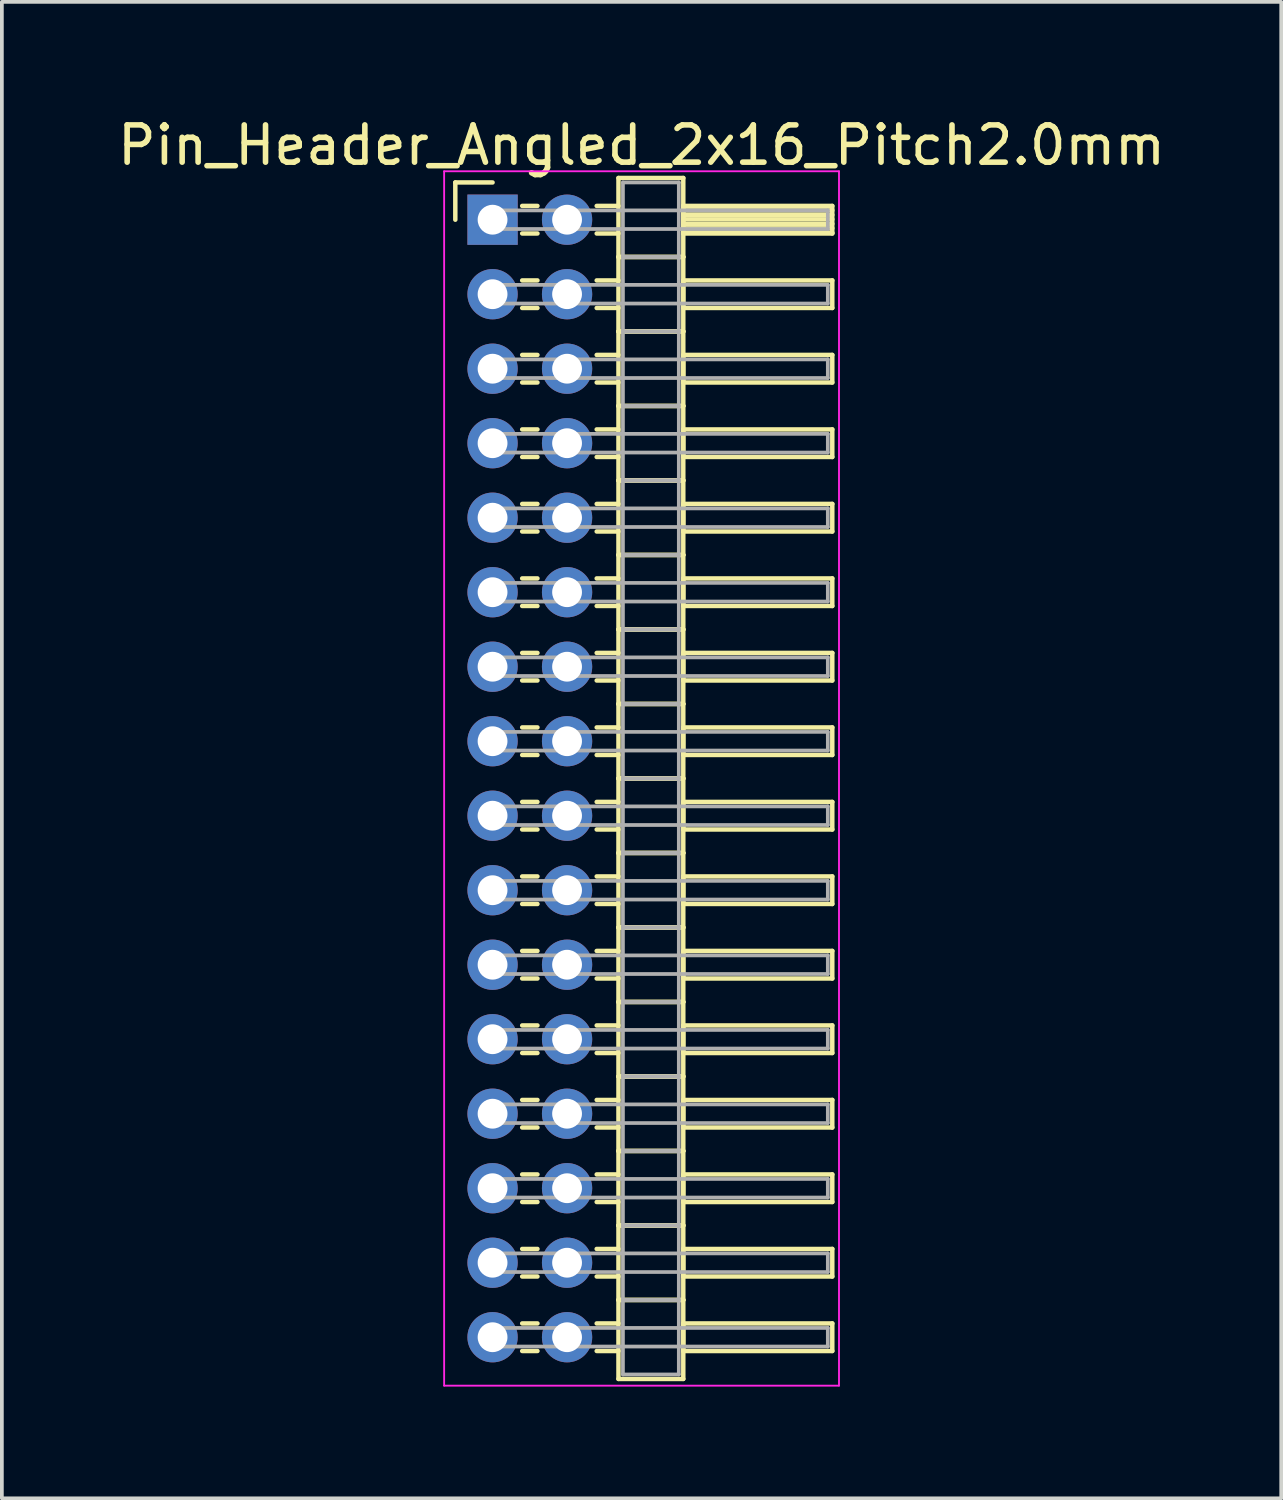
<source format=kicad_pcb>
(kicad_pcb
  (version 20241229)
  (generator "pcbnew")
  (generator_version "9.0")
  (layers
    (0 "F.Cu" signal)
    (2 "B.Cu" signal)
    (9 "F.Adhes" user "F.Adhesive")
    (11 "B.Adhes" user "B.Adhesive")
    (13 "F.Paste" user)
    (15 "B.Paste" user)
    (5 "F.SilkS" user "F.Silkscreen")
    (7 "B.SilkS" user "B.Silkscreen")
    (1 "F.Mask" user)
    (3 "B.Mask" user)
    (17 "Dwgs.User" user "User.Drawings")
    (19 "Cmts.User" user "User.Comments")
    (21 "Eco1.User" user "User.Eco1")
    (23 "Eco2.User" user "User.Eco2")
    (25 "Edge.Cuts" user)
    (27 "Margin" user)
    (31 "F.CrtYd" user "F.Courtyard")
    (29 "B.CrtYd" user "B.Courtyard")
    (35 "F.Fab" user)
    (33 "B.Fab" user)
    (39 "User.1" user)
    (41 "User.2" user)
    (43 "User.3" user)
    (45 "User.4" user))
  (footprint "Pin_Header_Angled_2x16_Pitch2.0mm"
    (layer "F.Cu")
    (at 10.173 2.848)
    (property "Reference" "Pin_Header_Angled_2x16_Pitch2.0mm" (at 4 -2 0) (layer "F.SilkS") (effects (font (size 1 1) (thickness 0.15))))
    (attr through_hole)
    (fp_line (start -1 -1) (end 0 -1) (stroke (width 0.12) (type solid)) (layer "F.SilkS"))
    (fp_line (start -1 0) (end -1 -1) (stroke (width 0.12) (type solid)) (layer "F.SilkS"))
    (fp_line (start 0.795 -0.37) (end 1.205 -0.37) (stroke (width 0.12) (type solid)) (layer "F.SilkS"))
    (fp_line (start 0.795 0.37) (end 1.205 0.37) (stroke (width 0.12) (type solid)) (layer "F.SilkS"))
    (fp_line (start 0.795 1.63) (end 1.205 1.63) (stroke (width 0.12) (type solid)) (layer "F.SilkS"))
    (fp_line (start 0.795 2.37) (end 1.205 2.37) (stroke (width 0.12) (type solid)) (layer "F.SilkS"))
    (fp_line (start 0.795 3.63) (end 1.205 3.63) (stroke (width 0.12) (type solid)) (layer "F.SilkS"))
    (fp_line (start 0.795 4.37) (end 1.205 4.37) (stroke (width 0.12) (type solid)) (layer "F.SilkS"))
    (fp_line (start 0.795 5.63) (end 1.205 5.63) (stroke (width 0.12) (type solid)) (layer "F.SilkS"))
    (fp_line (start 0.795 6.37) (end 1.205 6.37) (stroke (width 0.12) (type solid)) (layer "F.SilkS"))
    (fp_line (start 0.795 7.63) (end 1.205 7.63) (stroke (width 0.12) (type solid)) (layer "F.SilkS"))
    (fp_line (start 0.795 8.37) (end 1.205 8.37) (stroke (width 0.12) (type solid)) (layer "F.SilkS"))
    (fp_line (start 0.795 9.63) (end 1.205 9.63) (stroke (width 0.12) (type solid)) (layer "F.SilkS"))
    (fp_line (start 0.795 10.37) (end 1.205 10.37) (stroke (width 0.12) (type solid)) (layer "F.SilkS"))
    (fp_line (start 0.795 11.63) (end 1.205 11.63) (stroke (width 0.12) (type solid)) (layer "F.SilkS"))
    (fp_line (start 0.795 12.37) (end 1.205 12.37) (stroke (width 0.12) (type solid)) (layer "F.SilkS"))
    (fp_line (start 0.795 13.63) (end 1.205 13.63) (stroke (width 0.12) (type solid)) (layer "F.SilkS"))
    (fp_line (start 0.795 14.37) (end 1.205 14.37) (stroke (width 0.12) (type solid)) (layer "F.SilkS"))
    (fp_line (start 0.795 15.63) (end 1.205 15.63) (stroke (width 0.12) (type solid)) (layer "F.SilkS"))
    (fp_line (start 0.795 16.37) (end 1.205 16.37) (stroke (width 0.12) (type solid)) (layer "F.SilkS"))
    (fp_line (start 0.795 17.63) (end 1.205 17.63) (stroke (width 0.12) (type solid)) (layer "F.SilkS"))
    (fp_line (start 0.795 18.37) (end 1.205 18.37) (stroke (width 0.12) (type solid)) (layer "F.SilkS"))
    (fp_line (start 0.795 19.63) (end 1.205 19.63) (stroke (width 0.12) (type solid)) (layer "F.SilkS"))
    (fp_line (start 0.795 20.37) (end 1.205 20.37) (stroke (width 0.12) (type solid)) (layer "F.SilkS"))
    (fp_line (start 0.795 21.63) (end 1.205 21.63) (stroke (width 0.12) (type solid)) (layer "F.SilkS"))
    (fp_line (start 0.795 22.37) (end 1.205 22.37) (stroke (width 0.12) (type solid)) (layer "F.SilkS"))
    (fp_line (start 0.795 23.63) (end 1.205 23.63) (stroke (width 0.12) (type solid)) (layer "F.SilkS"))
    (fp_line (start 0.795 24.37) (end 1.205 24.37) (stroke (width 0.12) (type solid)) (layer "F.SilkS"))
    (fp_line (start 0.795 25.63) (end 1.205 25.63) (stroke (width 0.12) (type solid)) (layer "F.SilkS"))
    (fp_line (start 0.795 26.37) (end 1.205 26.37) (stroke (width 0.12) (type solid)) (layer "F.SilkS"))
    (fp_line (start 0.795 27.63) (end 1.205 27.63) (stroke (width 0.12) (type solid)) (layer "F.SilkS"))
    (fp_line (start 0.795 28.37) (end 1.205 28.37) (stroke (width 0.12) (type solid)) (layer "F.SilkS"))
    (fp_line (start 0.795 29.63) (end 1.205 29.63) (stroke (width 0.12) (type solid)) (layer "F.SilkS"))
    (fp_line (start 0.795 30.37) (end 1.205 30.37) (stroke (width 0.12) (type solid)) (layer "F.SilkS"))
    (fp_line (start 2.795 -0.37) (end 3.38 -0.37) (stroke (width 0.12) (type solid)) (layer "F.SilkS"))
    (fp_line (start 2.795 0.37) (end 3.38 0.37) (stroke (width 0.12) (type solid)) (layer "F.SilkS"))
    (fp_line (start 2.795 1.63) (end 3.38 1.63) (stroke (width 0.12) (type solid)) (layer "F.SilkS"))
    (fp_line (start 2.795 2.37) (end 3.38 2.37) (stroke (width 0.12) (type solid)) (layer "F.SilkS"))
    (fp_line (start 2.795 3.63) (end 3.38 3.63) (stroke (width 0.12) (type solid)) (layer "F.SilkS"))
    (fp_line (start 2.795 4.37) (end 3.38 4.37) (stroke (width 0.12) (type solid)) (layer "F.SilkS"))
    (fp_line (start 2.795 5.63) (end 3.38 5.63) (stroke (width 0.12) (type solid)) (layer "F.SilkS"))
    (fp_line (start 2.795 6.37) (end 3.38 6.37) (stroke (width 0.12) (type solid)) (layer "F.SilkS"))
    (fp_line (start 2.795 7.63) (end 3.38 7.63) (stroke (width 0.12) (type solid)) (layer "F.SilkS"))
    (fp_line (start 2.795 8.37) (end 3.38 8.37) (stroke (width 0.12) (type solid)) (layer "F.SilkS"))
    (fp_line (start 2.795 9.63) (end 3.38 9.63) (stroke (width 0.12) (type solid)) (layer "F.SilkS"))
    (fp_line (start 2.795 10.37) (end 3.38 10.37) (stroke (width 0.12) (type solid)) (layer "F.SilkS"))
    (fp_line (start 2.795 11.63) (end 3.38 11.63) (stroke (width 0.12) (type solid)) (layer "F.SilkS"))
    (fp_line (start 2.795 12.37) (end 3.38 12.37) (stroke (width 0.12) (type solid)) (layer "F.SilkS"))
    (fp_line (start 2.795 13.63) (end 3.38 13.63) (stroke (width 0.12) (type solid)) (layer "F.SilkS"))
    (fp_line (start 2.795 14.37) (end 3.38 14.37) (stroke (width 0.12) (type solid)) (layer "F.SilkS"))
    (fp_line (start 2.795 15.63) (end 3.38 15.63) (stroke (width 0.12) (type solid)) (layer "F.SilkS"))
    (fp_line (start 2.795 16.37) (end 3.38 16.37) (stroke (width 0.12) (type solid)) (layer "F.SilkS"))
    (fp_line (start 2.795 17.63) (end 3.38 17.63) (stroke (width 0.12) (type solid)) (layer "F.SilkS"))
    (fp_line (start 2.795 18.37) (end 3.38 18.37) (stroke (width 0.12) (type solid)) (layer "F.SilkS"))
    (fp_line (start 2.795 19.63) (end 3.38 19.63) (stroke (width 0.12) (type solid)) (layer "F.SilkS"))
    (fp_line (start 2.795 20.37) (end 3.38 20.37) (stroke (width 0.12) (type solid)) (layer "F.SilkS"))
    (fp_line (start 2.795 21.63) (end 3.38 21.63) (stroke (width 0.12) (type solid)) (layer "F.SilkS"))
    (fp_line (start 2.795 22.37) (end 3.38 22.37) (stroke (width 0.12) (type solid)) (layer "F.SilkS"))
    (fp_line (start 2.795 23.63) (end 3.38 23.63) (stroke (width 0.12) (type solid)) (layer "F.SilkS"))
    (fp_line (start 2.795 24.37) (end 3.38 24.37) (stroke (width 0.12) (type solid)) (layer "F.SilkS"))
    (fp_line (start 2.795 25.63) (end 3.38 25.63) (stroke (width 0.12) (type solid)) (layer "F.SilkS"))
    (fp_line (start 2.795 26.37) (end 3.38 26.37) (stroke (width 0.12) (type solid)) (layer "F.SilkS"))
    (fp_line (start 2.795 27.63) (end 3.38 27.63) (stroke (width 0.12) (type solid)) (layer "F.SilkS"))
    (fp_line (start 2.795 28.37) (end 3.38 28.37) (stroke (width 0.12) (type solid)) (layer "F.SilkS"))
    (fp_line (start 2.795 29.63) (end 3.38 29.63) (stroke (width 0.12) (type solid)) (layer "F.SilkS"))
    (fp_line (start 2.795 30.37) (end 3.38 30.37) (stroke (width 0.12) (type solid)) (layer "F.SilkS"))
    (fp_line (start 3.38 -1.12) (end 3.38 1) (stroke (width 0.12) (type solid)) (layer "F.SilkS"))
    (fp_line (start 3.38 1) (end 3.38 3) (stroke (width 0.12) (type solid)) (layer "F.SilkS"))
    (fp_line (start 3.38 1) (end 5.12 1) (stroke (width 0.12) (type solid)) (layer "F.SilkS"))
    (fp_line (start 3.38 3) (end 3.38 5) (stroke (width 0.12) (type solid)) (layer "F.SilkS"))
    (fp_line (start 3.38 3) (end 5.12 3) (stroke (width 0.12) (type solid)) (layer "F.SilkS"))
    (fp_line (start 3.38 5) (end 3.38 7) (stroke (width 0.12) (type solid)) (layer "F.SilkS"))
    (fp_line (start 3.38 5) (end 5.12 5) (stroke (width 0.12) (type solid)) (layer "F.SilkS"))
    (fp_line (start 3.38 7) (end 3.38 9) (stroke (width 0.12) (type solid)) (layer "F.SilkS"))
    (fp_line (start 3.38 7) (end 5.12 7) (stroke (width 0.12) (type solid)) (layer "F.SilkS"))
    (fp_line (start 3.38 9) (end 3.38 11) (stroke (width 0.12) (type solid)) (layer "F.SilkS"))
    (fp_line (start 3.38 9) (end 5.12 9) (stroke (width 0.12) (type solid)) (layer "F.SilkS"))
    (fp_line (start 3.38 11) (end 3.38 13) (stroke (width 0.12) (type solid)) (layer "F.SilkS"))
    (fp_line (start 3.38 11) (end 5.12 11) (stroke (width 0.12) (type solid)) (layer "F.SilkS"))
    (fp_line (start 3.38 13) (end 3.38 15) (stroke (width 0.12) (type solid)) (layer "F.SilkS"))
    (fp_line (start 3.38 13) (end 5.12 13) (stroke (width 0.12) (type solid)) (layer "F.SilkS"))
    (fp_line (start 3.38 15) (end 3.38 17) (stroke (width 0.12) (type solid)) (layer "F.SilkS"))
    (fp_line (start 3.38 15) (end 5.12 15) (stroke (width 0.12) (type solid)) (layer "F.SilkS"))
    (fp_line (start 3.38 17) (end 3.38 19) (stroke (width 0.12) (type solid)) (layer "F.SilkS"))
    (fp_line (start 3.38 17) (end 5.12 17) (stroke (width 0.12) (type solid)) (layer "F.SilkS"))
    (fp_line (start 3.38 19) (end 3.38 21) (stroke (width 0.12) (type solid)) (layer "F.SilkS"))
    (fp_line (start 3.38 19) (end 5.12 19) (stroke (width 0.12) (type solid)) (layer "F.SilkS"))
    (fp_line (start 3.38 21) (end 3.38 23) (stroke (width 0.12) (type solid)) (layer "F.SilkS"))
    (fp_line (start 3.38 21) (end 5.12 21) (stroke (width 0.12) (type solid)) (layer "F.SilkS"))
    (fp_line (start 3.38 23) (end 3.38 25) (stroke (width 0.12) (type solid)) (layer "F.SilkS"))
    (fp_line (start 3.38 23) (end 5.12 23) (stroke (width 0.12) (type solid)) (layer "F.SilkS"))
    (fp_line (start 3.38 25) (end 3.38 27) (stroke (width 0.12) (type solid)) (layer "F.SilkS"))
    (fp_line (start 3.38 25) (end 5.12 25) (stroke (width 0.12) (type solid)) (layer "F.SilkS"))
    (fp_line (start 3.38 27) (end 3.38 29) (stroke (width 0.12) (type solid)) (layer "F.SilkS"))
    (fp_line (start 3.38 27) (end 5.12 27) (stroke (width 0.12) (type solid)) (layer "F.SilkS"))
    (fp_line (start 3.38 29) (end 3.38 31.12) (stroke (width 0.12) (type solid)) (layer "F.SilkS"))
    (fp_line (start 3.38 29) (end 5.12 29) (stroke (width 0.12) (type solid)) (layer "F.SilkS"))
    (fp_line (start 3.38 31.12) (end 5.12 31.12) (stroke (width 0.12) (type solid)) (layer "F.SilkS"))
    (fp_line (start 5.12 -1.12) (end 3.38 -1.12) (stroke (width 0.12) (type solid)) (layer "F.SilkS"))
    (fp_line (start 5.12 -0.37) (end 5.12 0.37) (stroke (width 0.12) (type solid)) (layer "F.SilkS"))
    (fp_line (start 5.12 -0.25) (end 9.12 -0.25) (stroke (width 0.12) (type solid)) (layer "F.SilkS"))
    (fp_line (start 5.12 -0.13) (end 9.12 -0.13) (stroke (width 0.12) (type solid)) (layer "F.SilkS"))
    (fp_line (start 5.12 -0.01) (end 9.12 -0.01) (stroke (width 0.12) (type solid)) (layer "F.SilkS"))
    (fp_line (start 5.12 0.11) (end 9.12 0.11) (stroke (width 0.12) (type solid)) (layer "F.SilkS"))
    (fp_line (start 5.12 0.23) (end 9.12 0.23) (stroke (width 0.12) (type solid)) (layer "F.SilkS"))
    (fp_line (start 5.12 0.35) (end 9.12 0.35) (stroke (width 0.12) (type solid)) (layer "F.SilkS"))
    (fp_line (start 5.12 0.37) (end 9.12 0.37) (stroke (width 0.12) (type solid)) (layer "F.SilkS"))
    (fp_line (start 5.12 1) (end 3.38 1) (stroke (width 0.12) (type solid)) (layer "F.SilkS"))
    (fp_line (start 5.12 1) (end 5.12 -1.12) (stroke (width 0.12) (type solid)) (layer "F.SilkS"))
    (fp_line (start 5.12 1.63) (end 5.12 2.37) (stroke (width 0.12) (type solid)) (layer "F.SilkS"))
    (fp_line (start 5.12 2.37) (end 9.12 2.37) (stroke (width 0.12) (type solid)) (layer "F.SilkS"))
    (fp_line (start 5.12 3) (end 3.38 3) (stroke (width 0.12) (type solid)) (layer "F.SilkS"))
    (fp_line (start 5.12 3) (end 5.12 1) (stroke (width 0.12) (type solid)) (layer "F.SilkS"))
    (fp_line (start 5.12 3.63) (end 5.12 4.37) (stroke (width 0.12) (type solid)) (layer "F.SilkS"))
    (fp_line (start 5.12 4.37) (end 9.12 4.37) (stroke (width 0.12) (type solid)) (layer "F.SilkS"))
    (fp_line (start 5.12 5) (end 3.38 5) (stroke (width 0.12) (type solid)) (layer "F.SilkS"))
    (fp_line (start 5.12 5) (end 5.12 3) (stroke (width 0.12) (type solid)) (layer "F.SilkS"))
    (fp_line (start 5.12 5.63) (end 5.12 6.37) (stroke (width 0.12) (type solid)) (layer "F.SilkS"))
    (fp_line (start 5.12 6.37) (end 9.12 6.37) (stroke (width 0.12) (type solid)) (layer "F.SilkS"))
    (fp_line (start 5.12 7) (end 3.38 7) (stroke (width 0.12) (type solid)) (layer "F.SilkS"))
    (fp_line (start 5.12 7) (end 5.12 5) (stroke (width 0.12) (type solid)) (layer "F.SilkS"))
    (fp_line (start 5.12 7.63) (end 5.12 8.37) (stroke (width 0.12) (type solid)) (layer "F.SilkS"))
    (fp_line (start 5.12 8.37) (end 9.12 8.37) (stroke (width 0.12) (type solid)) (layer "F.SilkS"))
    (fp_line (start 5.12 9) (end 3.38 9) (stroke (width 0.12) (type solid)) (layer "F.SilkS"))
    (fp_line (start 5.12 9) (end 5.12 7) (stroke (width 0.12) (type solid)) (layer "F.SilkS"))
    (fp_line (start 5.12 9.63) (end 5.12 10.37) (stroke (width 0.12) (type solid)) (layer "F.SilkS"))
    (fp_line (start 5.12 10.37) (end 9.12 10.37) (stroke (width 0.12) (type solid)) (layer "F.SilkS"))
    (fp_line (start 5.12 11) (end 3.38 11) (stroke (width 0.12) (type solid)) (layer "F.SilkS"))
    (fp_line (start 5.12 11) (end 5.12 9) (stroke (width 0.12) (type solid)) (layer "F.SilkS"))
    (fp_line (start 5.12 11.63) (end 5.12 12.37) (stroke (width 0.12) (type solid)) (layer "F.SilkS"))
    (fp_line (start 5.12 12.37) (end 9.12 12.37) (stroke (width 0.12) (type solid)) (layer "F.SilkS"))
    (fp_line (start 5.12 13) (end 3.38 13) (stroke (width 0.12) (type solid)) (layer "F.SilkS"))
    (fp_line (start 5.12 13) (end 5.12 11) (stroke (width 0.12) (type solid)) (layer "F.SilkS"))
    (fp_line (start 5.12 13.63) (end 5.12 14.37) (stroke (width 0.12) (type solid)) (layer "F.SilkS"))
    (fp_line (start 5.12 14.37) (end 9.12 14.37) (stroke (width 0.12) (type solid)) (layer "F.SilkS"))
    (fp_line (start 5.12 15) (end 3.38 15) (stroke (width 0.12) (type solid)) (layer "F.SilkS"))
    (fp_line (start 5.12 15) (end 5.12 13) (stroke (width 0.12) (type solid)) (layer "F.SilkS"))
    (fp_line (start 5.12 15.63) (end 5.12 16.37) (stroke (width 0.12) (type solid)) (layer "F.SilkS"))
    (fp_line (start 5.12 16.37) (end 9.12 16.37) (stroke (width 0.12) (type solid)) (layer "F.SilkS"))
    (fp_line (start 5.12 17) (end 3.38 17) (stroke (width 0.12) (type solid)) (layer "F.SilkS"))
    (fp_line (start 5.12 17) (end 5.12 15) (stroke (width 0.12) (type solid)) (layer "F.SilkS"))
    (fp_line (start 5.12 17.63) (end 5.12 18.37) (stroke (width 0.12) (type solid)) (layer "F.SilkS"))
    (fp_line (start 5.12 18.37) (end 9.12 18.37) (stroke (width 0.12) (type solid)) (layer "F.SilkS"))
    (fp_line (start 5.12 19) (end 3.38 19) (stroke (width 0.12) (type solid)) (layer "F.SilkS"))
    (fp_line (start 5.12 19) (end 5.12 17) (stroke (width 0.12) (type solid)) (layer "F.SilkS"))
    (fp_line (start 5.12 19.63) (end 5.12 20.37) (stroke (width 0.12) (type solid)) (layer "F.SilkS"))
    (fp_line (start 5.12 20.37) (end 9.12 20.37) (stroke (width 0.12) (type solid)) (layer "F.SilkS"))
    (fp_line (start 5.12 21) (end 3.38 21) (stroke (width 0.12) (type solid)) (layer "F.SilkS"))
    (fp_line (start 5.12 21) (end 5.12 19) (stroke (width 0.12) (type solid)) (layer "F.SilkS"))
    (fp_line (start 5.12 21.63) (end 5.12 22.37) (stroke (width 0.12) (type solid)) (layer "F.SilkS"))
    (fp_line (start 5.12 22.37) (end 9.12 22.37) (stroke (width 0.12) (type solid)) (layer "F.SilkS"))
    (fp_line (start 5.12 23) (end 3.38 23) (stroke (width 0.12) (type solid)) (layer "F.SilkS"))
    (fp_line (start 5.12 23) (end 5.12 21) (stroke (width 0.12) (type solid)) (layer "F.SilkS"))
    (fp_line (start 5.12 23.63) (end 5.12 24.37) (stroke (width 0.12) (type solid)) (layer "F.SilkS"))
    (fp_line (start 5.12 24.37) (end 9.12 24.37) (stroke (width 0.12) (type solid)) (layer "F.SilkS"))
    (fp_line (start 5.12 25) (end 3.38 25) (stroke (width 0.12) (type solid)) (layer "F.SilkS"))
    (fp_line (start 5.12 25) (end 5.12 23) (stroke (width 0.12) (type solid)) (layer "F.SilkS"))
    (fp_line (start 5.12 25.63) (end 5.12 26.37) (stroke (width 0.12) (type solid)) (layer "F.SilkS"))
    (fp_line (start 5.12 26.37) (end 9.12 26.37) (stroke (width 0.12) (type solid)) (layer "F.SilkS"))
    (fp_line (start 5.12 27) (end 3.38 27) (stroke (width 0.12) (type solid)) (layer "F.SilkS"))
    (fp_line (start 5.12 27) (end 5.12 25) (stroke (width 0.12) (type solid)) (layer "F.SilkS"))
    (fp_line (start 5.12 27.63) (end 5.12 28.37) (stroke (width 0.12) (type solid)) (layer "F.SilkS"))
    (fp_line (start 5.12 28.37) (end 9.12 28.37) (stroke (width 0.12) (type solid)) (layer "F.SilkS"))
    (fp_line (start 5.12 29) (end 3.38 29) (stroke (width 0.12) (type solid)) (layer "F.SilkS"))
    (fp_line (start 5.12 29) (end 5.12 27) (stroke (width 0.12) (type solid)) (layer "F.SilkS"))
    (fp_line (start 5.12 29.63) (end 5.12 30.37) (stroke (width 0.12) (type solid)) (layer "F.SilkS"))
    (fp_line (start 5.12 30.37) (end 9.12 30.37) (stroke (width 0.12) (type solid)) (layer "F.SilkS"))
    (fp_line (start 5.12 31.12) (end 5.12 29) (stroke (width 0.12) (type solid)) (layer "F.SilkS"))
    (fp_line (start 9.12 -0.37) (end 5.12 -0.37) (stroke (width 0.12) (type solid)) (layer "F.SilkS"))
    (fp_line (start 9.12 0.37) (end 9.12 -0.37) (stroke (width 0.12) (type solid)) (layer "F.SilkS"))
    (fp_line (start 9.12 1.63) (end 5.12 1.63) (stroke (width 0.12) (type solid)) (layer "F.SilkS"))
    (fp_line (start 9.12 2.37) (end 9.12 1.63) (stroke (width 0.12) (type solid)) (layer "F.SilkS"))
    (fp_line (start 9.12 3.63) (end 5.12 3.63) (stroke (width 0.12) (type solid)) (layer "F.SilkS"))
    (fp_line (start 9.12 4.37) (end 9.12 3.63) (stroke (width 0.12) (type solid)) (layer "F.SilkS"))
    (fp_line (start 9.12 5.63) (end 5.12 5.63) (stroke (width 0.12) (type solid)) (layer "F.SilkS"))
    (fp_line (start 9.12 6.37) (end 9.12 5.63) (stroke (width 0.12) (type solid)) (layer "F.SilkS"))
    (fp_line (start 9.12 7.63) (end 5.12 7.63) (stroke (width 0.12) (type solid)) (layer "F.SilkS"))
    (fp_line (start 9.12 8.37) (end 9.12 7.63) (stroke (width 0.12) (type solid)) (layer "F.SilkS"))
    (fp_line (start 9.12 9.63) (end 5.12 9.63) (stroke (width 0.12) (type solid)) (layer "F.SilkS"))
    (fp_line (start 9.12 10.37) (end 9.12 9.63) (stroke (width 0.12) (type solid)) (layer "F.SilkS"))
    (fp_line (start 9.12 11.63) (end 5.12 11.63) (stroke (width 0.12) (type solid)) (layer "F.SilkS"))
    (fp_line (start 9.12 12.37) (end 9.12 11.63) (stroke (width 0.12) (type solid)) (layer "F.SilkS"))
    (fp_line (start 9.12 13.63) (end 5.12 13.63) (stroke (width 0.12) (type solid)) (layer "F.SilkS"))
    (fp_line (start 9.12 14.37) (end 9.12 13.63) (stroke (width 0.12) (type solid)) (layer "F.SilkS"))
    (fp_line (start 9.12 15.63) (end 5.12 15.63) (stroke (width 0.12) (type solid)) (layer "F.SilkS"))
    (fp_line (start 9.12 16.37) (end 9.12 15.63) (stroke (width 0.12) (type solid)) (layer "F.SilkS"))
    (fp_line (start 9.12 17.63) (end 5.12 17.63) (stroke (width 0.12) (type solid)) (layer "F.SilkS"))
    (fp_line (start 9.12 18.37) (end 9.12 17.63) (stroke (width 0.12) (type solid)) (layer "F.SilkS"))
    (fp_line (start 9.12 19.63) (end 5.12 19.63) (stroke (width 0.12) (type solid)) (layer "F.SilkS"))
    (fp_line (start 9.12 20.37) (end 9.12 19.63) (stroke (width 0.12) (type solid)) (layer "F.SilkS"))
    (fp_line (start 9.12 21.63) (end 5.12 21.63) (stroke (width 0.12) (type solid)) (layer "F.SilkS"))
    (fp_line (start 9.12 22.37) (end 9.12 21.63) (stroke (width 0.12) (type solid)) (layer "F.SilkS"))
    (fp_line (start 9.12 23.63) (end 5.12 23.63) (stroke (width 0.12) (type solid)) (layer "F.SilkS"))
    (fp_line (start 9.12 24.37) (end 9.12 23.63) (stroke (width 0.12) (type solid)) (layer "F.SilkS"))
    (fp_line (start 9.12 25.63) (end 5.12 25.63) (stroke (width 0.12) (type solid)) (layer "F.SilkS"))
    (fp_line (start 9.12 26.37) (end 9.12 25.63) (stroke (width 0.12) (type solid)) (layer "F.SilkS"))
    (fp_line (start 9.12 27.63) (end 5.12 27.63) (stroke (width 0.12) (type solid)) (layer "F.SilkS"))
    (fp_line (start 9.12 28.37) (end 9.12 27.63) (stroke (width 0.12) (type solid)) (layer "F.SilkS"))
    (fp_line (start 9.12 29.63) (end 5.12 29.63) (stroke (width 0.12) (type solid)) (layer "F.SilkS"))
    (fp_line (start 9.12 30.37) (end 9.12 29.63) (stroke (width 0.12) (type solid)) (layer "F.SilkS"))
    (fp_line (start -1.3 -1.3) (end -1.3 31.3) (stroke (width 0.05) (type solid)) (layer "F.CrtYd"))
    (fp_line (start -1.3 31.3) (end 9.3 31.3) (stroke (width 0.05) (type solid)) (layer "F.CrtYd"))
    (fp_line (start 9.3 -1.3) (end -1.3 -1.3) (stroke (width 0.05) (type solid)) (layer "F.CrtYd"))
    (fp_line (start 9.3 31.3) (end 9.3 -1.3) (stroke (width 0.05) (type solid)) (layer "F.CrtYd"))
    (fp_line (start 0 -0.25) (end 0 0.25) (stroke (width 0.1) (type solid)) (layer "F.Fab"))
    (fp_line (start 0 0.25) (end 9 0.25) (stroke (width 0.1) (type solid)) (layer "F.Fab"))
    (fp_line (start 0 1.75) (end 0 2.25) (stroke (width 0.1) (type solid)) (layer "F.Fab"))
    (fp_line (start 0 2.25) (end 9 2.25) (stroke (width 0.1) (type solid)) (layer "F.Fab"))
    (fp_line (start 0 3.75) (end 0 4.25) (stroke (width 0.1) (type solid)) (layer "F.Fab"))
    (fp_line (start 0 4.25) (end 9 4.25) (stroke (width 0.1) (type solid)) (layer "F.Fab"))
    (fp_line (start 0 5.75) (end 0 6.25) (stroke (width 0.1) (type solid)) (layer "F.Fab"))
    (fp_line (start 0 6.25) (end 9 6.25) (stroke (width 0.1) (type solid)) (layer "F.Fab"))
    (fp_line (start 0 7.75) (end 0 8.25) (stroke (width 0.1) (type solid)) (layer "F.Fab"))
    (fp_line (start 0 8.25) (end 9 8.25) (stroke (width 0.1) (type solid)) (layer "F.Fab"))
    (fp_line (start 0 9.75) (end 0 10.25) (stroke (width 0.1) (type solid)) (layer "F.Fab"))
    (fp_line (start 0 10.25) (end 9 10.25) (stroke (width 0.1) (type solid)) (layer "F.Fab"))
    (fp_line (start 0 11.75) (end 0 12.25) (stroke (width 0.1) (type solid)) (layer "F.Fab"))
    (fp_line (start 0 12.25) (end 9 12.25) (stroke (width 0.1) (type solid)) (layer "F.Fab"))
    (fp_line (start 0 13.75) (end 0 14.25) (stroke (width 0.1) (type solid)) (layer "F.Fab"))
    (fp_line (start 0 14.25) (end 9 14.25) (stroke (width 0.1) (type solid)) (layer "F.Fab"))
    (fp_line (start 0 15.75) (end 0 16.25) (stroke (width 0.1) (type solid)) (layer "F.Fab"))
    (fp_line (start 0 16.25) (end 9 16.25) (stroke (width 0.1) (type solid)) (layer "F.Fab"))
    (fp_line (start 0 17.75) (end 0 18.25) (stroke (width 0.1) (type solid)) (layer "F.Fab"))
    (fp_line (start 0 18.25) (end 9 18.25) (stroke (width 0.1) (type solid)) (layer "F.Fab"))
    (fp_line (start 0 19.75) (end 0 20.25) (stroke (width 0.1) (type solid)) (layer "F.Fab"))
    (fp_line (start 0 20.25) (end 9 20.25) (stroke (width 0.1) (type solid)) (layer "F.Fab"))
    (fp_line (start 0 21.75) (end 0 22.25) (stroke (width 0.1) (type solid)) (layer "F.Fab"))
    (fp_line (start 0 22.25) (end 9 22.25) (stroke (width 0.1) (type solid)) (layer "F.Fab"))
    (fp_line (start 0 23.75) (end 0 24.25) (stroke (width 0.1) (type solid)) (layer "F.Fab"))
    (fp_line (start 0 24.25) (end 9 24.25) (stroke (width 0.1) (type solid)) (layer "F.Fab"))
    (fp_line (start 0 25.75) (end 0 26.25) (stroke (width 0.1) (type solid)) (layer "F.Fab"))
    (fp_line (start 0 26.25) (end 9 26.25) (stroke (width 0.1) (type solid)) (layer "F.Fab"))
    (fp_line (start 0 27.75) (end 0 28.25) (stroke (width 0.1) (type solid)) (layer "F.Fab"))
    (fp_line (start 0 28.25) (end 9 28.25) (stroke (width 0.1) (type solid)) (layer "F.Fab"))
    (fp_line (start 0 29.75) (end 0 30.25) (stroke (width 0.1) (type solid)) (layer "F.Fab"))
    (fp_line (start 0 30.25) (end 9 30.25) (stroke (width 0.1) (type solid)) (layer "F.Fab"))
    (fp_line (start 3.5 -1) (end 3.5 1) (stroke (width 0.1) (type solid)) (layer "F.Fab"))
    (fp_line (start 3.5 1) (end 3.5 3) (stroke (width 0.1) (type solid)) (layer "F.Fab"))
    (fp_line (start 3.5 1) (end 5 1) (stroke (width 0.1) (type solid)) (layer "F.Fab"))
    (fp_line (start 3.5 3) (end 3.5 5) (stroke (width 0.1) (type solid)) (layer "F.Fab"))
    (fp_line (start 3.5 3) (end 5 3) (stroke (width 0.1) (type solid)) (layer "F.Fab"))
    (fp_line (start 3.5 5) (end 3.5 7) (stroke (width 0.1) (type solid)) (layer "F.Fab"))
    (fp_line (start 3.5 5) (end 5 5) (stroke (width 0.1) (type solid)) (layer "F.Fab"))
    (fp_line (start 3.5 7) (end 3.5 9) (stroke (width 0.1) (type solid)) (layer "F.Fab"))
    (fp_line (start 3.5 7) (end 5 7) (stroke (width 0.1) (type solid)) (layer "F.Fab"))
    (fp_line (start 3.5 9) (end 3.5 11) (stroke (width 0.1) (type solid)) (layer "F.Fab"))
    (fp_line (start 3.5 9) (end 5 9) (stroke (width 0.1) (type solid)) (layer "F.Fab"))
    (fp_line (start 3.5 11) (end 3.5 13) (stroke (width 0.1) (type solid)) (layer "F.Fab"))
    (fp_line (start 3.5 11) (end 5 11) (stroke (width 0.1) (type solid)) (layer "F.Fab"))
    (fp_line (start 3.5 13) (end 3.5 15) (stroke (width 0.1) (type solid)) (layer "F.Fab"))
    (fp_line (start 3.5 13) (end 5 13) (stroke (width 0.1) (type solid)) (layer "F.Fab"))
    (fp_line (start 3.5 15) (end 3.5 17) (stroke (width 0.1) (type solid)) (layer "F.Fab"))
    (fp_line (start 3.5 15) (end 5 15) (stroke (width 0.1) (type solid)) (layer "F.Fab"))
    (fp_line (start 3.5 17) (end 3.5 19) (stroke (width 0.1) (type solid)) (layer "F.Fab"))
    (fp_line (start 3.5 17) (end 5 17) (stroke (width 0.1) (type solid)) (layer "F.Fab"))
    (fp_line (start 3.5 19) (end 3.5 21) (stroke (width 0.1) (type solid)) (layer "F.Fab"))
    (fp_line (start 3.5 19) (end 5 19) (stroke (width 0.1) (type solid)) (layer "F.Fab"))
    (fp_line (start 3.5 21) (end 3.5 23) (stroke (width 0.1) (type solid)) (layer "F.Fab"))
    (fp_line (start 3.5 21) (end 5 21) (stroke (width 0.1) (type solid)) (layer "F.Fab"))
    (fp_line (start 3.5 23) (end 3.5 25) (stroke (width 0.1) (type solid)) (layer "F.Fab"))
    (fp_line (start 3.5 23) (end 5 23) (stroke (width 0.1) (type solid)) (layer "F.Fab"))
    (fp_line (start 3.5 25) (end 3.5 27) (stroke (width 0.1) (type solid)) (layer "F.Fab"))
    (fp_line (start 3.5 25) (end 5 25) (stroke (width 0.1) (type solid)) (layer "F.Fab"))
    (fp_line (start 3.5 27) (end 3.5 29) (stroke (width 0.1) (type solid)) (layer "F.Fab"))
    (fp_line (start 3.5 27) (end 5 27) (stroke (width 0.1) (type solid)) (layer "F.Fab"))
    (fp_line (start 3.5 29) (end 3.5 31) (stroke (width 0.1) (type solid)) (layer "F.Fab"))
    (fp_line (start 3.5 29) (end 5 29) (stroke (width 0.1) (type solid)) (layer "F.Fab"))
    (fp_line (start 3.5 31) (end 5 31) (stroke (width 0.1) (type solid)) (layer "F.Fab"))
    (fp_line (start 5 -1) (end 3.5 -1) (stroke (width 0.1) (type solid)) (layer "F.Fab"))
    (fp_line (start 5 1) (end 3.5 1) (stroke (width 0.1) (type solid)) (layer "F.Fab"))
    (fp_line (start 5 1) (end 5 -1) (stroke (width 0.1) (type solid)) (layer "F.Fab"))
    (fp_line (start 5 3) (end 3.5 3) (stroke (width 0.1) (type solid)) (layer "F.Fab"))
    (fp_line (start 5 3) (end 5 1) (stroke (width 0.1) (type solid)) (layer "F.Fab"))
    (fp_line (start 5 5) (end 3.5 5) (stroke (width 0.1) (type solid)) (layer "F.Fab"))
    (fp_line (start 5 5) (end 5 3) (stroke (width 0.1) (type solid)) (layer "F.Fab"))
    (fp_line (start 5 7) (end 3.5 7) (stroke (width 0.1) (type solid)) (layer "F.Fab"))
    (fp_line (start 5 7) (end 5 5) (stroke (width 0.1) (type solid)) (layer "F.Fab"))
    (fp_line (start 5 9) (end 3.5 9) (stroke (width 0.1) (type solid)) (layer "F.Fab"))
    (fp_line (start 5 9) (end 5 7) (stroke (width 0.1) (type solid)) (layer "F.Fab"))
    (fp_line (start 5 11) (end 3.5 11) (stroke (width 0.1) (type solid)) (layer "F.Fab"))
    (fp_line (start 5 11) (end 5 9) (stroke (width 0.1) (type solid)) (layer "F.Fab"))
    (fp_line (start 5 13) (end 3.5 13) (stroke (width 0.1) (type solid)) (layer "F.Fab"))
    (fp_line (start 5 13) (end 5 11) (stroke (width 0.1) (type solid)) (layer "F.Fab"))
    (fp_line (start 5 15) (end 3.5 15) (stroke (width 0.1) (type solid)) (layer "F.Fab"))
    (fp_line (start 5 15) (end 5 13) (stroke (width 0.1) (type solid)) (layer "F.Fab"))
    (fp_line (start 5 17) (end 3.5 17) (stroke (width 0.1) (type solid)) (layer "F.Fab"))
    (fp_line (start 5 17) (end 5 15) (stroke (width 0.1) (type solid)) (layer "F.Fab"))
    (fp_line (start 5 19) (end 3.5 19) (stroke (width 0.1) (type solid)) (layer "F.Fab"))
    (fp_line (start 5 19) (end 5 17) (stroke (width 0.1) (type solid)) (layer "F.Fab"))
    (fp_line (start 5 21) (end 3.5 21) (stroke (width 0.1) (type solid)) (layer "F.Fab"))
    (fp_line (start 5 21) (end 5 19) (stroke (width 0.1) (type solid)) (layer "F.Fab"))
    (fp_line (start 5 23) (end 3.5 23) (stroke (width 0.1) (type solid)) (layer "F.Fab"))
    (fp_line (start 5 23) (end 5 21) (stroke (width 0.1) (type solid)) (layer "F.Fab"))
    (fp_line (start 5 25) (end 3.5 25) (stroke (width 0.1) (type solid)) (layer "F.Fab"))
    (fp_line (start 5 25) (end 5 23) (stroke (width 0.1) (type solid)) (layer "F.Fab"))
    (fp_line (start 5 27) (end 3.5 27) (stroke (width 0.1) (type solid)) (layer "F.Fab"))
    (fp_line (start 5 27) (end 5 25) (stroke (width 0.1) (type solid)) (layer "F.Fab"))
    (fp_line (start 5 29) (end 3.5 29) (stroke (width 0.1) (type solid)) (layer "F.Fab"))
    (fp_line (start 5 29) (end 5 27) (stroke (width 0.1) (type solid)) (layer "F.Fab"))
    (fp_line (start 5 31) (end 5 29) (stroke (width 0.1) (type solid)) (layer "F.Fab"))
    (fp_line (start 9 -0.25) (end 0 -0.25) (stroke (width 0.1) (type solid)) (layer "F.Fab"))
    (fp_line (start 9 0.25) (end 9 -0.25) (stroke (width 0.1) (type solid)) (layer "F.Fab"))
    (fp_line (start 9 1.75) (end 0 1.75) (stroke (width 0.1) (type solid)) (layer "F.Fab"))
    (fp_line (start 9 2.25) (end 9 1.75) (stroke (width 0.1) (type solid)) (layer "F.Fab"))
    (fp_line (start 9 3.75) (end 0 3.75) (stroke (width 0.1) (type solid)) (layer "F.Fab"))
    (fp_line (start 9 4.25) (end 9 3.75) (stroke (width 0.1) (type solid)) (layer "F.Fab"))
    (fp_line (start 9 5.75) (end 0 5.75) (stroke (width 0.1) (type solid)) (layer "F.Fab"))
    (fp_line (start 9 6.25) (end 9 5.75) (stroke (width 0.1) (type solid)) (layer "F.Fab"))
    (fp_line (start 9 7.75) (end 0 7.75) (stroke (width 0.1) (type solid)) (layer "F.Fab"))
    (fp_line (start 9 8.25) (end 9 7.75) (stroke (width 0.1) (type solid)) (layer "F.Fab"))
    (fp_line (start 9 9.75) (end 0 9.75) (stroke (width 0.1) (type solid)) (layer "F.Fab"))
    (fp_line (start 9 10.25) (end 9 9.75) (stroke (width 0.1) (type solid)) (layer "F.Fab"))
    (fp_line (start 9 11.75) (end 0 11.75) (stroke (width 0.1) (type solid)) (layer "F.Fab"))
    (fp_line (start 9 12.25) (end 9 11.75) (stroke (width 0.1) (type solid)) (layer "F.Fab"))
    (fp_line (start 9 13.75) (end 0 13.75) (stroke (width 0.1) (type solid)) (layer "F.Fab"))
    (fp_line (start 9 14.25) (end 9 13.75) (stroke (width 0.1) (type solid)) (layer "F.Fab"))
    (fp_line (start 9 15.75) (end 0 15.75) (stroke (width 0.1) (type solid)) (layer "F.Fab"))
    (fp_line (start 9 16.25) (end 9 15.75) (stroke (width 0.1) (type solid)) (layer "F.Fab"))
    (fp_line (start 9 17.75) (end 0 17.75) (stroke (width 0.1) (type solid)) (layer "F.Fab"))
    (fp_line (start 9 18.25) (end 9 17.75) (stroke (width 0.1) (type solid)) (layer "F.Fab"))
    (fp_line (start 9 19.75) (end 0 19.75) (stroke (width 0.1) (type solid)) (layer "F.Fab"))
    (fp_line (start 9 20.25) (end 9 19.75) (stroke (width 0.1) (type solid)) (layer "F.Fab"))
    (fp_line (start 9 21.75) (end 0 21.75) (stroke (width 0.1) (type solid)) (layer "F.Fab"))
    (fp_line (start 9 22.25) (end 9 21.75) (stroke (width 0.1) (type solid)) (layer "F.Fab"))
    (fp_line (start 9 23.75) (end 0 23.75) (stroke (width 0.1) (type solid)) (layer "F.Fab"))
    (fp_line (start 9 24.25) (end 9 23.75) (stroke (width 0.1) (type solid)) (layer "F.Fab"))
    (fp_line (start 9 25.75) (end 0 25.75) (stroke (width 0.1) (type solid)) (layer "F.Fab"))
    (fp_line (start 9 26.25) (end 9 25.75) (stroke (width 0.1) (type solid)) (layer "F.Fab"))
    (fp_line (start 9 27.75) (end 0 27.75) (stroke (width 0.1) (type solid)) (layer "F.Fab"))
    (fp_line (start 9 28.25) (end 9 27.75) (stroke (width 0.1) (type solid)) (layer "F.Fab"))
    (fp_line (start 9 29.75) (end 0 29.75) (stroke (width 0.1) (type solid)) (layer "F.Fab"))
    (fp_line (start 9 30.25) (end 9 29.75) (stroke (width 0.1) (type solid)) (layer "F.Fab"))
    (pad "1" thru_hole rect (at 0 0) (size 1.35 1.35) (drill 0.8) (layers "*.Cu" "*.Mask"))
    (pad "2" thru_hole oval (at 2 0) (size 1.35 1.35) (drill 0.8) (layers "*.Cu" "*.Mask"))
    (pad "3" thru_hole oval (at 0 2) (size 1.35 1.35) (drill 0.8) (layers "*.Cu" "*.Mask"))
    (pad "4" thru_hole oval (at 2 2) (size 1.35 1.35) (drill 0.8) (layers "*.Cu" "*.Mask"))
    (pad "5" thru_hole oval (at 0 4) (size 1.35 1.35) (drill 0.8) (layers "*.Cu" "*.Mask"))
    (pad "6" thru_hole oval (at 2 4) (size 1.35 1.35) (drill 0.8) (layers "*.Cu" "*.Mask"))
    (pad "7" thru_hole oval (at 0 6) (size 1.35 1.35) (drill 0.8) (layers "*.Cu" "*.Mask"))
    (pad "8" thru_hole oval (at 2 6) (size 1.35 1.35) (drill 0.8) (layers "*.Cu" "*.Mask"))
    (pad "9" thru_hole oval (at 0 8) (size 1.35 1.35) (drill 0.8) (layers "*.Cu" "*.Mask"))
    (pad "10" thru_hole oval (at 2 8) (size 1.35 1.35) (drill 0.8) (layers "*.Cu" "*.Mask"))
    (pad "11" thru_hole oval (at 0 10) (size 1.35 1.35) (drill 0.8) (layers "*.Cu" "*.Mask"))
    (pad "12" thru_hole oval (at 2 10) (size 1.35 1.35) (drill 0.8) (layers "*.Cu" "*.Mask"))
    (pad "13" thru_hole oval (at 0 12) (size 1.35 1.35) (drill 0.8) (layers "*.Cu" "*.Mask"))
    (pad "14" thru_hole oval (at 2 12) (size 1.35 1.35) (drill 0.8) (layers "*.Cu" "*.Mask"))
    (pad "15" thru_hole oval (at 0 14) (size 1.35 1.35) (drill 0.8) (layers "*.Cu" "*.Mask"))
    (pad "16" thru_hole oval (at 2 14) (size 1.35 1.35) (drill 0.8) (layers "*.Cu" "*.Mask"))
    (pad "17" thru_hole oval (at 0 16) (size 1.35 1.35) (drill 0.8) (layers "*.Cu" "*.Mask"))
    (pad "18" thru_hole oval (at 2 16) (size 1.35 1.35) (drill 0.8) (layers "*.Cu" "*.Mask"))
    (pad "19" thru_hole oval (at 0 18) (size 1.35 1.35) (drill 0.8) (layers "*.Cu" "*.Mask"))
    (pad "20" thru_hole oval (at 2 18) (size 1.35 1.35) (drill 0.8) (layers "*.Cu" "*.Mask"))
    (pad "21" thru_hole oval (at 0 20) (size 1.35 1.35) (drill 0.8) (layers "*.Cu" "*.Mask"))
    (pad "22" thru_hole oval (at 2 20) (size 1.35 1.35) (drill 0.8) (layers "*.Cu" "*.Mask"))
    (pad "23" thru_hole oval (at 0 22) (size 1.35 1.35) (drill 0.8) (layers "*.Cu" "*.Mask"))
    (pad "24" thru_hole oval (at 2 22) (size 1.35 1.35) (drill 0.8) (layers "*.Cu" "*.Mask"))
    (pad "25" thru_hole oval (at 0 24) (size 1.35 1.35) (drill 0.8) (layers "*.Cu" "*.Mask"))
    (pad "26" thru_hole oval (at 2 24) (size 1.35 1.35) (drill 0.8) (layers "*.Cu" "*.Mask"))
    (pad "27" thru_hole oval (at 0 26) (size 1.35 1.35) (drill 0.8) (layers "*.Cu" "*.Mask"))
    (pad "28" thru_hole oval (at 2 26) (size 1.35 1.35) (drill 0.8) (layers "*.Cu" "*.Mask"))
    (pad "29" thru_hole oval (at 0 28) (size 1.35 1.35) (drill 0.8) (layers "*.Cu" "*.Mask"))
    (pad "30" thru_hole oval (at 2 28) (size 1.35 1.35) (drill 0.8) (layers "*.Cu" "*.Mask"))
    (pad "31" thru_hole oval (at 0 30) (size 1.35 1.35) (drill 0.8) (layers "*.Cu" "*.Mask"))
    (pad "32" thru_hole oval (at 2 30) (size 1.35 1.35) (drill 0.8) (layers "*.Cu" "*.Mask")))
  (gr_rect
    (start -3 -3)
    (end 31.345 37.173)
    (stroke (width 0.1) (type default))
    (fill no)
    (layer "Edge.Cuts")))
</source>
